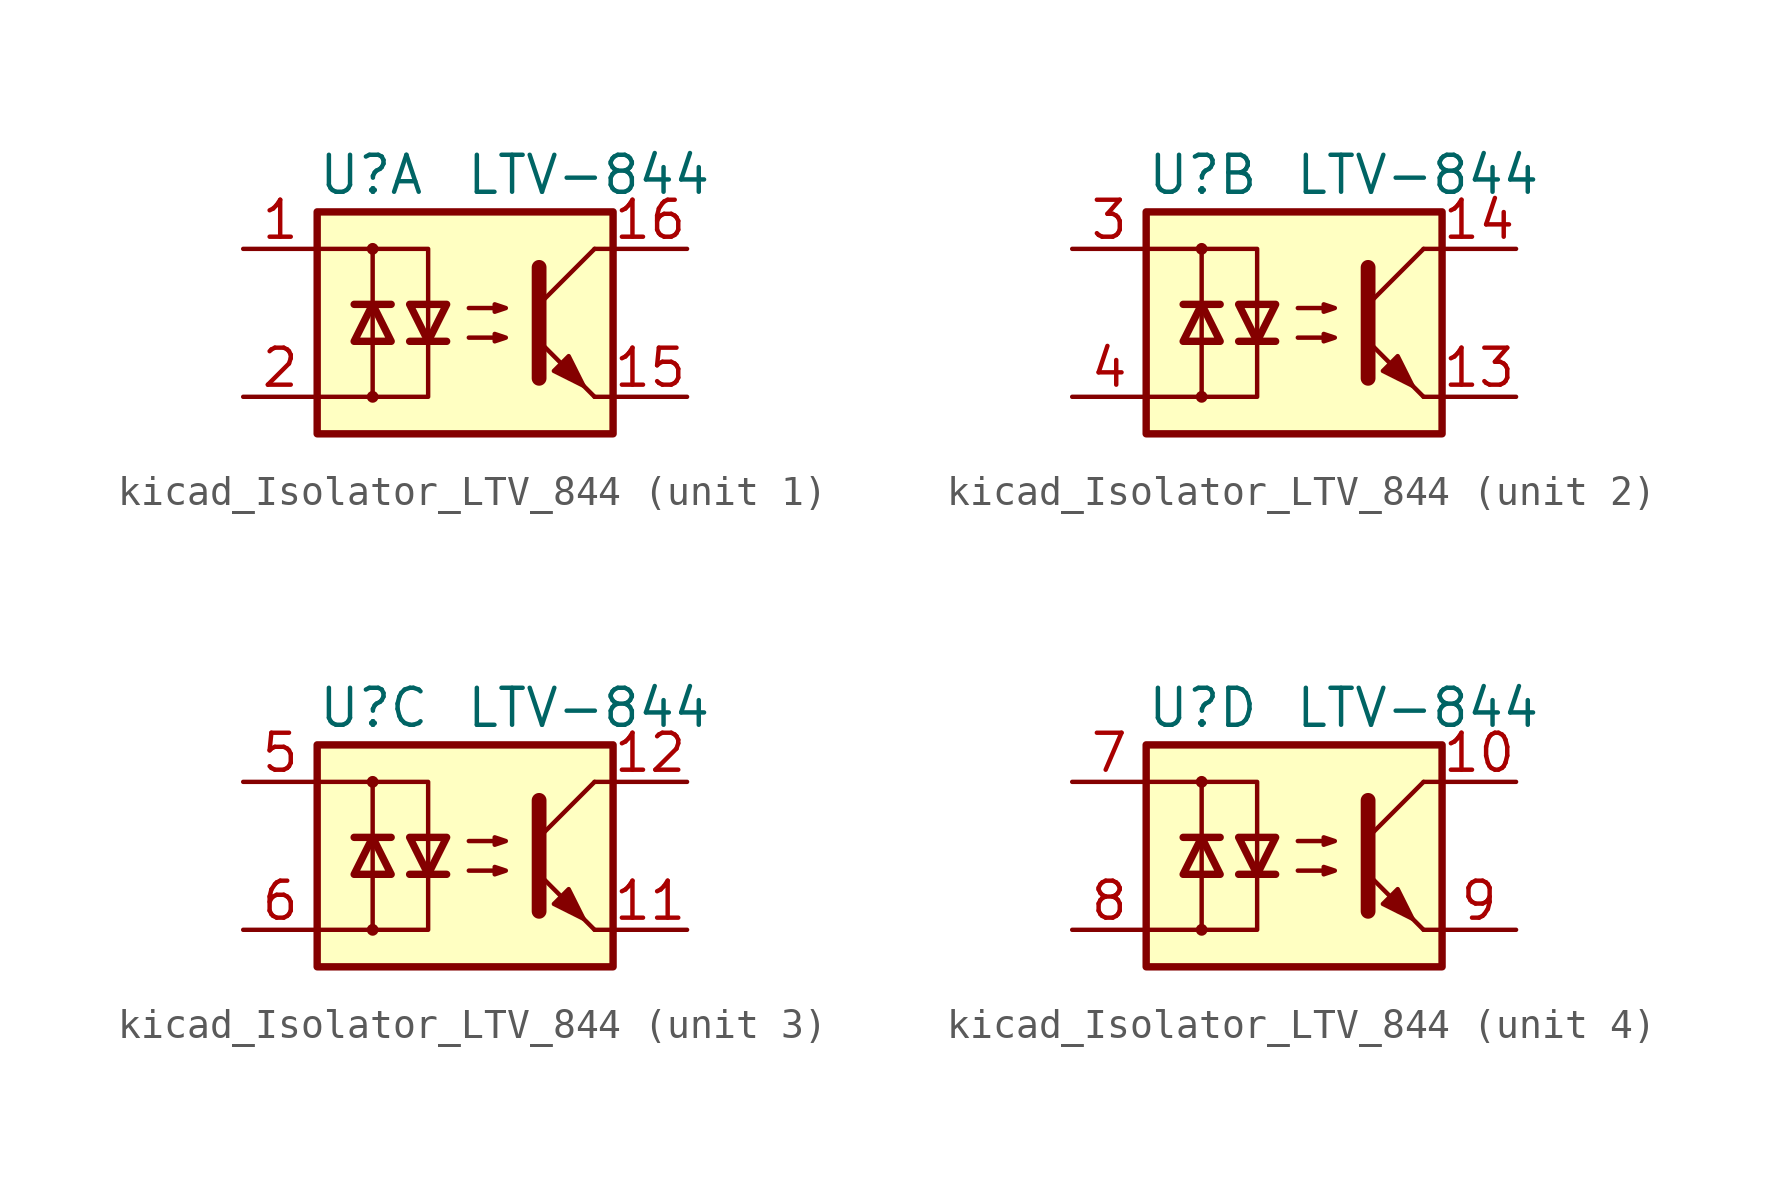
<source format=kicad_sym>
(kicad_symbol_lib
  (version 20220914)
  (generator kicad_symbol_editor)
  (symbol "kicad_Isolator_LTV_844"
    (pin_names
      (offset 1.016))
    (property "Reference" "U"
      (at -5.08 5.08 0)
      (effects (font (size 1.27 1.27)) (justify left)))
    (property "Value" "LTV-844"
      (at 0 5.08 0)
      (effects (font (size 1.27 1.27)) (justify left)))
    (symbol "kicad_Isolator_LTV_844_0_1"
      (rectangle (start -5.08 3.81) (end 5.08 -3.81) (stroke (width 0.254) (type default)) (fill (type background)))
      (circle (center -3.175 -2.54) (radius 0.127) (stroke (width 0) (type default)) (fill (type none)))
      (circle (center -3.175 2.54) (radius 0.127) (stroke (width 0) (type default)) (fill (type none)))
      (polyline (pts (xy -3.81 0.635) (xy -2.54 0.635)) (stroke (width 0.254) (type default)) (fill (type none)))
      (polyline (pts (xy -3.175 0.635) (xy -3.175 -2.54)) (stroke (width 0) (type default)) (fill (type none)))
      (polyline (pts (xy -3.175 0.635) (xy -3.175 2.54)) (stroke (width 0) (type default)) (fill (type none)))
      (polyline (pts (xy -1.905 -0.635) (xy -0.635 -0.635)) (stroke (width 0.254) (type default)) (fill (type none)))
      (polyline (pts (xy 2.54 0.635) (xy 4.445 2.54)) (stroke (width 0) (type default)) (fill (type none)))
      (polyline (pts (xy 4.445 -2.54) (xy 2.54 -0.635)) (stroke (width 0) (type default)) (fill (type outline)))
      (polyline (pts (xy 4.445 -2.54) (xy 5.08 -2.54)) (stroke (width 0) (type default)) (fill (type none)))
      (polyline (pts (xy 4.445 2.54) (xy 5.08 2.54)) (stroke (width 0) (type default)) (fill (type none)))
      (polyline (pts (xy -5.08 2.54) (xy -1.27 2.54) (xy -1.27 -0.635)) (stroke (width 0) (type default)) (fill (type none)))
      (polyline (pts (xy -1.27 -0.635) (xy -1.27 -2.54) (xy -5.08 -2.54)) (stroke (width 0) (type default)) (fill (type none)))
      (polyline (pts (xy 2.54 1.905) (xy 2.54 -1.905) (xy 2.54 -1.905)) (stroke (width 0.508) (type default)) (fill (type none)))
      (polyline (pts (xy -3.175 0.635) (xy -3.81 -0.635) (xy -2.54 -0.635) (xy -3.175 0.635)) (stroke (width 0.254) (type default)) (fill (type none)))
      (polyline (pts (xy -1.27 -0.635) (xy -1.905 0.635) (xy -0.635 0.635) (xy -1.27 -0.635)) (stroke (width 0.254) (type default)) (fill (type none)))
      (polyline (pts (xy 0.127 -0.508) (xy 1.397 -0.508) (xy 1.016 -0.635) (xy 1.016 -0.381) (xy 1.397 -0.508)) (stroke (width 0) (type default)) (fill (type none)))
      (polyline (pts (xy 0.127 0.508) (xy 1.397 0.508) (xy 1.016 0.381) (xy 1.016 0.635) (xy 1.397 0.508)) (stroke (width 0) (type default)) (fill (type none)))
      (polyline (pts (xy 3.048 -1.651) (xy 3.556 -1.143) (xy 4.064 -2.159) (xy 3.048 -1.651) (xy 3.048 -1.651)) (stroke (width 0) (type default)) (fill (type outline))))
    (symbol "kicad_Isolator_LTV_844_1_1"
      (pin passive line (at -7.62 2.54 0) (length 2.54) (name "~" (effects (font (size 1.27 1.27)))) (number "1" (effects (font (size 1.27 1.27)))))
      (pin passive line (at 7.62 -2.54 180) (length 2.54) (name "~" (effects (font (size 1.27 1.27)))) (number "15" (effects (font (size 1.27 1.27)))))
      (pin passive line (at 7.62 2.54 180) (length 2.54) (name "~" (effects (font (size 1.27 1.27)))) (number "16" (effects (font (size 1.27 1.27)))))
      (pin passive line (at -7.62 -2.54 0) (length 2.54) (name "~" (effects (font (size 1.27 1.27)))) (number "2" (effects (font (size 1.27 1.27))))))
    (symbol "kicad_Isolator_LTV_844_2_1"
      (pin passive line (at 7.62 -2.54 180) (length 2.54) (name "~" (effects (font (size 1.27 1.27)))) (number "13" (effects (font (size 1.27 1.27)))))
      (pin passive line (at 7.62 2.54 180) (length 2.54) (name "~" (effects (font (size 1.27 1.27)))) (number "14" (effects (font (size 1.27 1.27)))))
      (pin passive line (at -7.62 2.54 0) (length 2.54) (name "~" (effects (font (size 1.27 1.27)))) (number "3" (effects (font (size 1.27 1.27)))))
      (pin passive line (at -7.62 -2.54 0) (length 2.54) (name "~" (effects (font (size 1.27 1.27)))) (number "4" (effects (font (size 1.27 1.27))))))
    (symbol "kicad_Isolator_LTV_844_3_1"
      (pin passive line (at 7.62 -2.54 180) (length 2.54) (name "~" (effects (font (size 1.27 1.27)))) (number "11" (effects (font (size 1.27 1.27)))))
      (pin passive line (at 7.62 2.54 180) (length 2.54) (name "~" (effects (font (size 1.27 1.27)))) (number "12" (effects (font (size 1.27 1.27)))))
      (pin passive line (at -7.62 2.54 0) (length 2.54) (name "~" (effects (font (size 1.27 1.27)))) (number "5" (effects (font (size 1.27 1.27)))))
      (pin passive line (at -7.62 -2.54 0) (length 2.54) (name "~" (effects (font (size 1.27 1.27)))) (number "6" (effects (font (size 1.27 1.27))))))
    (symbol "kicad_Isolator_LTV_844_4_1"
      (pin passive line (at 7.62 2.54 180) (length 2.54) (name "~" (effects (font (size 1.27 1.27)))) (number "10" (effects (font (size 1.27 1.27)))))
      (pin passive line (at -7.62 2.54 0) (length 2.54) (name "~" (effects (font (size 1.27 1.27)))) (number "7" (effects (font (size 1.27 1.27)))))
      (pin passive line (at -7.62 -2.54 0) (length 2.54) (name "~" (effects (font (size 1.27 1.27)))) (number "8" (effects (font (size 1.27 1.27)))))
      (pin passive line (at 7.62 -2.54 180) (length 2.54) (name "~" (effects (font (size 1.27 1.27)))) (number "9" (effects (font (size 1.27 1.27))))))))
</source>
